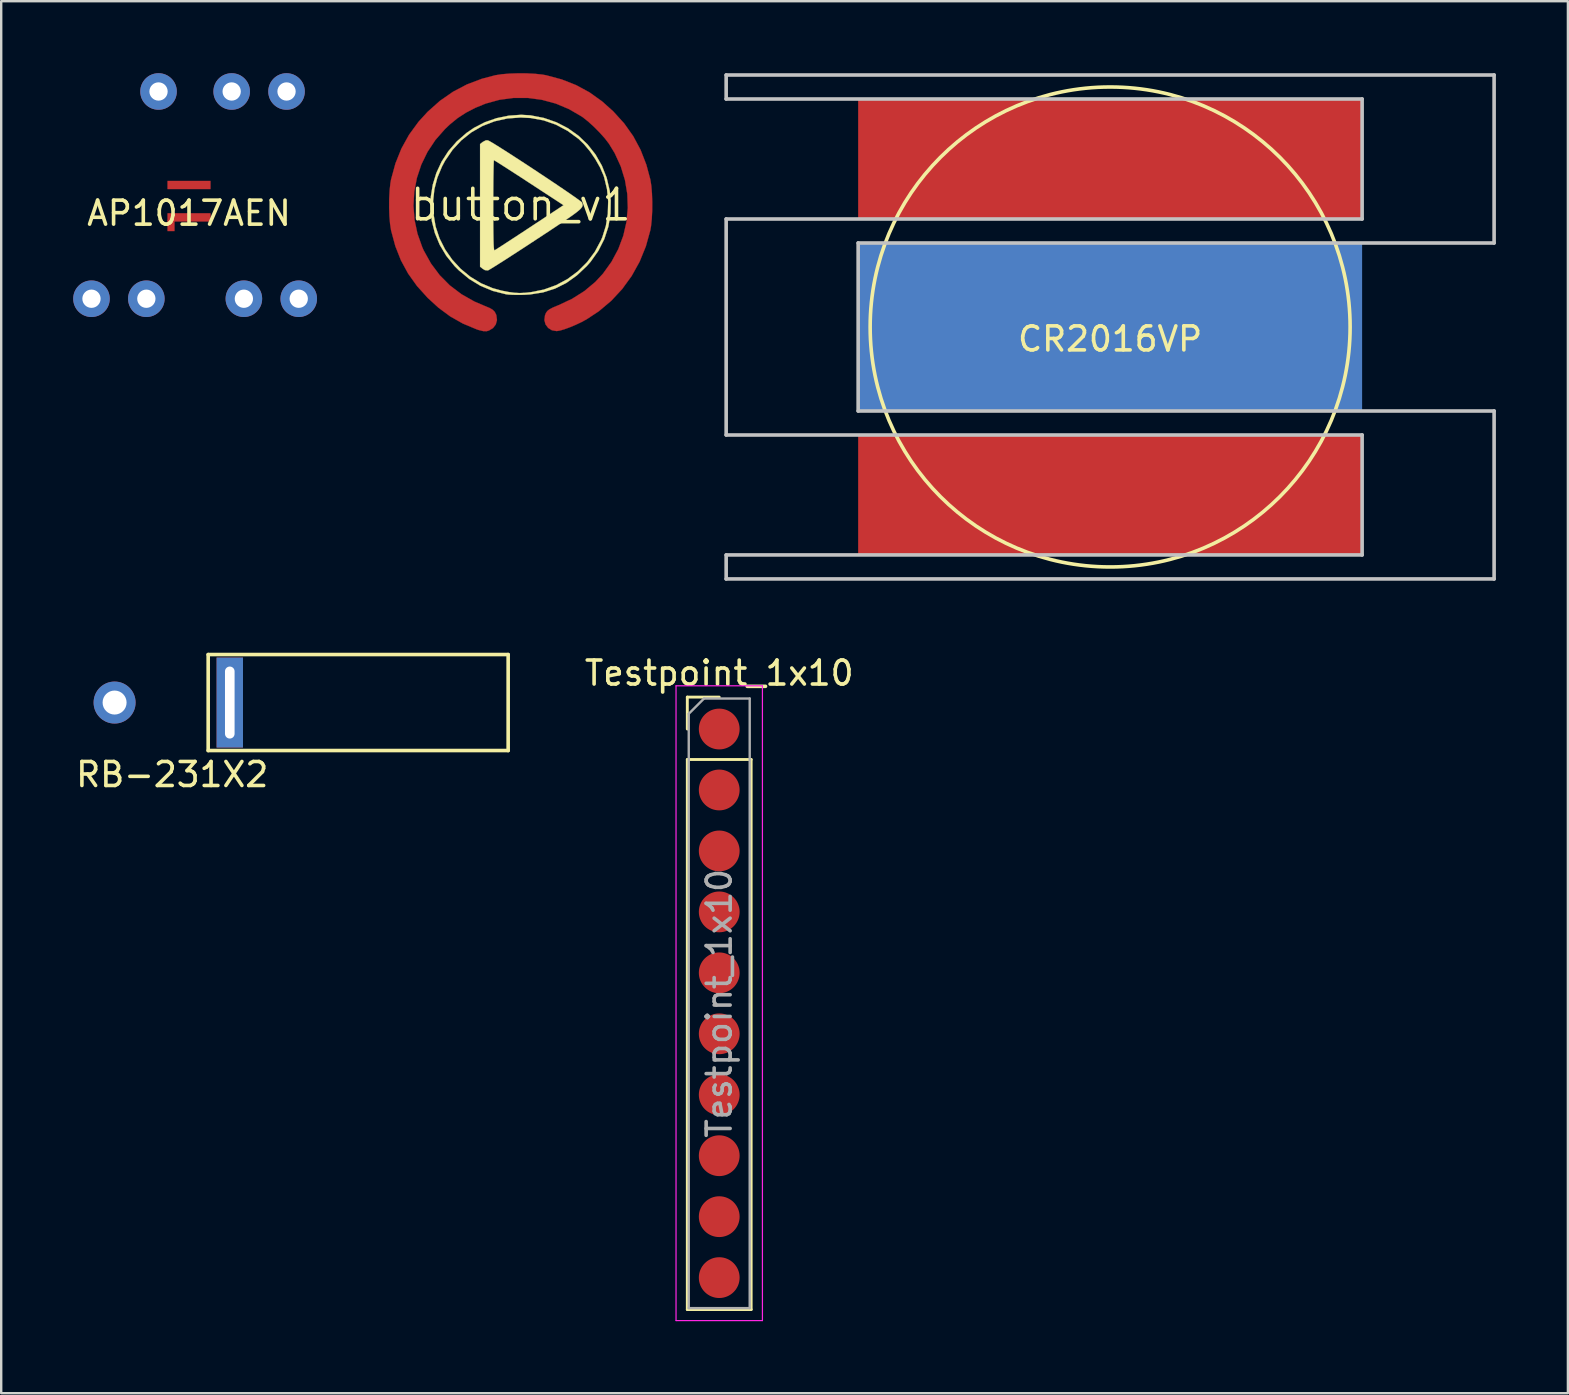
<source format=kicad_pcb>
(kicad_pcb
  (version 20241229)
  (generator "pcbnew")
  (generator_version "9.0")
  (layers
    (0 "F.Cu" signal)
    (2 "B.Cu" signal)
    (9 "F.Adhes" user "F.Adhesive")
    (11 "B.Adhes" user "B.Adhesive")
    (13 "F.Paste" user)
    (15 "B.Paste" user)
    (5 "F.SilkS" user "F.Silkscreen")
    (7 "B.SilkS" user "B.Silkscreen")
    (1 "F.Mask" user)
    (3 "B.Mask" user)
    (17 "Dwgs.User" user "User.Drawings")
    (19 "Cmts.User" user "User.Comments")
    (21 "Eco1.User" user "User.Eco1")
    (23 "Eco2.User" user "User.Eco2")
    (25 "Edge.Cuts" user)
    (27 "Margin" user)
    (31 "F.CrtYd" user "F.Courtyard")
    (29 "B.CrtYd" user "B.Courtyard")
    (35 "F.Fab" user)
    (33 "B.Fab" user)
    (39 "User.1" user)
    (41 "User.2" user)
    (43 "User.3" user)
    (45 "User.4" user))
  (footprint "button_v1"
    (layer "F.Cu")
    (at 18.647 5.487)
    (property "Reference" "button_v1" (at 0 0 0) (layer "F.SilkS") (effects (font (size 1.27 1.27) (thickness 0.15))))
    (attr through_hole)
    (fp_poly (pts (xy 0.248 -5.48) (xy 0.594 -5.462) (xy 0.897 -5.43) (xy 1.057 -5.402) (xy 1.712 -5.226) (xy 2.312 -4.989) (xy 2.869 -4.687) (xy 3.392 -4.313) (xy 3.858 -3.895) (xy 4.311 -3.396) (xy 4.689 -2.864) (xy 4.996 -2.292) (xy 5.236 -1.674) (xy 5.404 -1.049) (xy 5.444 -0.791) (xy 5.47 -0.474) (xy 5.482 -0.124) (xy 5.48 0.236) (xy 5.463 0.579) (xy 5.432 0.882) (xy 5.402 1.057) (xy 5.215 1.73) (xy 4.956 2.365) (xy 4.627 2.958) (xy 4.232 3.503) (xy 3.775 3.995) (xy 3.258 4.431) (xy 2.749 4.767) (xy 2.536 4.883) (xy 2.299 4.995) (xy 2.059 5.096) (xy 1.833 5.179) (xy 1.642 5.236) (xy 1.504 5.259) (xy 1.498 5.259) (xy 1.302 5.226) (xy 1.144 5.127) (xy 1.035 4.981) (xy 0.987 4.801) (xy 1.012 4.605) (xy 1.013 4.604) (xy 1.054 4.5) (xy 1.113 4.42) (xy 1.203 4.349) (xy 1.34 4.278) (xy 1.54 4.194) (xy 1.572 4.181) (xy 2.14 3.916) (xy 2.654 3.591) (xy 3.109 3.211) (xy 3.427 2.868) (xy 3.785 2.37) (xy 4.068 1.84) (xy 4.276 1.284) (xy 4.408 0.712) (xy 4.463 0.129) (xy 4.442 -0.456) (xy 4.344 -1.037) (xy 4.169 -1.606) (xy 3.917 -2.156) (xy 3.68 -2.545) (xy 3.513 -2.764) (xy 3.297 -3.007) (xy 3.056 -3.251) (xy 2.811 -3.473) (xy 2.586 -3.652) (xy 2.545 -3.68) (xy 2.016 -3.989) (xy 1.46 -4.222) (xy 0.883 -4.378) (xy 0.296 -4.457) (xy -0.296 -4.457) (xy -0.884 -4.379) (xy -1.46 -4.221) (xy -1.889 -4.045) (xy -2.286 -3.839) (xy -2.631 -3.614) (xy -2.956 -3.348) (xy -3.158 -3.156) (xy -3.557 -2.701) (xy -3.885 -2.205) (xy -4.142 -1.676) (xy -4.326 -1.121) (xy -4.435 -0.548) (xy -4.468 0.035) (xy -4.424 0.621) (xy -4.301 1.202) (xy -4.099 1.77) (xy -4.041 1.899) (xy -3.739 2.442) (xy -3.376 2.928) (xy -2.953 3.355) (xy -2.469 3.722) (xy -1.928 4.028) (xy -1.495 4.213) (xy -1.3 4.294) (xy -1.169 4.369) (xy -1.084 4.453) (xy -1.028 4.56) (xy -1.013 4.604) (xy -0.988 4.8) (xy -1.038 4.982) (xy -1.152 5.133) (xy -1.322 5.236) (xy -1.418 5.264) (xy -1.558 5.261) (xy -1.759 5.212) (xy -1.841 5.184) (xy -2.409 4.946) (xy -2.933 4.65) (xy -3.427 4.285) (xy -3.874 3.876) (xy -4.321 3.381) (xy -4.69 2.864) (xy -4.989 2.315) (xy -5.223 1.722) (xy -5.398 1.074) (xy -5.402 1.057) (xy -5.443 0.793) (xy -5.47 0.471) (xy -5.482 0.116) (xy -5.48 -0.248) (xy -5.462 -0.594) (xy -5.43 -0.897) (xy -5.402 -1.057) (xy -5.219 -1.728) (xy -4.969 -2.35) (xy -4.65 -2.925) (xy -4.259 -3.461) (xy -3.879 -3.877) (xy -3.368 -4.333) (xy -2.823 -4.712) (xy -2.239 -5.02) (xy -1.61 -5.257) (xy -1.057 -5.402) (xy -0.793 -5.443) (xy -0.471 -5.47) (xy -0.116 -5.482) (xy 0.248 -5.48)) (stroke (width 0.01) (type solid)) (fill yes) (layer "F.Cu"))
    (fp_poly (pts (xy -1.307 -2.66) (xy -1.183 -2.589) (xy -1.007 -2.481) (xy -0.786 -2.342) (xy -0.528 -2.178) (xy -0.242 -1.993) (xy 0.066 -1.793) (xy 0.387 -1.583) (xy 0.712 -1.368) (xy 1.034 -1.154) (xy 1.346 -0.946) (xy 1.638 -0.749) (xy 1.904 -0.569) (xy 2.134 -0.41) (xy 2.321 -0.279) (xy 2.458 -0.179) (xy 2.535 -0.118) (xy 2.55 -0.102) (xy 2.57 -0.053) (xy 2.581 -0.007) (xy 2.577 0.04) (xy 2.554 0.092) (xy 2.505 0.154) (xy 2.426 0.229) (xy 2.312 0.321) (xy 2.157 0.435) (xy 1.956 0.575) (xy 1.706 0.745) (xy 1.399 0.95) (xy 1.031 1.193) (xy 0.634 1.454) (xy 0.271 1.692) (xy -0.073 1.916) (xy -0.391 2.122) (xy -0.676 2.306) (xy -0.922 2.462) (xy -1.12 2.587) (xy -1.266 2.676) (xy -1.351 2.725) (xy -1.368 2.732) (xy -1.488 2.72) (xy -1.579 2.666) (xy -1.693 2.576) (xy -1.693 0.026) (xy -1.143 0.026) (xy -1.143 0.491) (xy -1.141 0.878) (xy -1.138 1.192) (xy -1.134 1.44) (xy -1.129 1.627) (xy -1.122 1.76) (xy -1.112 1.845) (xy -1.101 1.887) (xy -1.09 1.894) (xy -1.044 1.867) (xy -0.935 1.798) (xy -0.772 1.693) (xy -0.561 1.556) (xy -0.311 1.393) (xy -0.03 1.209) (xy 0.274 1.009) (xy 0.374 0.943) (xy 1.785 0.013) (xy 0.349 -0.925) (xy 0.037 -1.129) (xy -0.253 -1.317) (xy -0.514 -1.485) (xy -0.737 -1.628) (xy -0.916 -1.742) (xy -1.042 -1.82) (xy -1.107 -1.859) (xy -1.115 -1.863) (xy -1.121 -1.822) (xy -1.126 -1.705) (xy -1.131 -1.52) (xy -1.135 -1.276) (xy -1.139 -0.981) (xy -1.141 -0.644) (xy -1.143 -0.273) (xy -1.143 0.026) (xy -1.693 0.026) (xy -1.693 -2.534) (xy -1.579 -2.624) (xy -1.451 -2.69) (xy -1.369 -2.69) (xy -1.307 -2.66)) (stroke (width 0.01) (type solid)) (fill yes) (layer "F.SilkS"))
    (fp_poly (pts (xy 0.408 -3.731) (xy 0.968 -3.622) (xy 1.49 -3.441) (xy 1.972 -3.192) (xy 2.408 -2.881) (xy 2.792 -2.514) (xy 3.119 -2.097) (xy 3.384 -1.633) (xy 3.583 -1.13) (xy 3.71 -0.592) (xy 3.753 -0.191) (xy 3.744 0.368) (xy 3.653 0.91) (xy 3.483 1.428) (xy 3.235 1.917) (xy 2.913 2.371) (xy 2.755 2.55) (xy 2.338 2.942) (xy 1.899 3.255) (xy 1.43 3.489) (xy 0.929 3.648) (xy 0.388 3.733) (xy 0.127 3.748) (xy -0.099 3.751) (xy -0.314 3.748) (xy -0.494 3.739) (xy -0.607 3.726) (xy -1.161 3.586) (xy -1.672 3.375) (xy -2.143 3.089) (xy -2.579 2.727) (xy -2.755 2.55) (xy -3.102 2.121) (xy -3.375 1.662) (xy -3.575 1.178) (xy -3.703 0.679) (xy -3.76 0.171) (xy -3.751 -0.16) (xy -3.648 -0.16) (xy -3.633 0.373) (xy -3.631 0.388) (xy -3.545 0.902) (xy -3.382 1.394) (xy -3.149 1.857) (xy -2.852 2.284) (xy -2.499 2.666) (xy -2.097 2.996) (xy -1.651 3.267) (xy -1.17 3.47) (xy -0.796 3.573) (xy -0.503 3.63) (xy -0.26 3.663) (xy -0.037 3.674) (xy 0.197 3.663) (xy 0.424 3.638) (xy 0.966 3.529) (xy 1.478 3.344) (xy 1.954 3.088) (xy 2.386 2.767) (xy 2.767 2.386) (xy 3.091 1.951) (xy 3.351 1.466) (xy 3.404 1.339) (xy 3.549 0.871) (xy 3.63 0.369) (xy 3.645 -0.148) (xy 3.596 -0.658) (xy 3.48 -1.14) (xy 3.451 -1.227) (xy 3.307 -1.559) (xy 3.111 -1.904) (xy 2.882 -2.238) (xy 2.634 -2.534) (xy 2.415 -2.746) (xy 1.953 -3.085) (xy 1.467 -3.343) (xy 0.956 -3.521) (xy 0.418 -3.619) (xy 0 -3.641) (xy -0.559 -3.6) (xy -1.092 -3.481) (xy -1.592 -3.288) (xy -2.054 -3.023) (xy -2.471 -2.691) (xy -2.839 -2.294) (xy -3.151 -1.838) (xy -3.279 -1.598) (xy -3.474 -1.128) (xy -3.596 -0.655) (xy -3.648 -0.16) (xy -3.751 -0.16) (xy -3.746 -0.339) (xy -3.664 -0.842) (xy -3.514 -1.331) (xy -3.297 -1.799) (xy -3.015 -2.238) (xy -2.667 -2.64) (xy -2.256 -2.999) (xy -1.947 -3.21) (xy -1.497 -3.442) (xy -1.006 -3.613) (xy -0.495 -3.718) (xy 0.018 -3.754) (xy 0.408 -3.731)) (stroke (width 0.01) (type solid)) (fill yes) (layer "F.SilkS")))
  (footprint "CR2016VP"
    (layer "F.Cu")
    (at 43.209 10.575)
    (property "Reference" "CR2016VP" (at 0 0.5 0) (layer "F.SilkS") (effects (font (size 1 1) (thickness 0.15))))
    (attr through_hole)
    (fp_circle (center 0 0) (end 10 0) (stroke (width 0.15) (type solid)) (fill no) (layer "F.SilkS"))
    (fp_line (start -16 -10.5) (end 16 -10.5) (stroke (width 0.15) (type solid)) (layer "Dwgs.User"))
    (fp_line (start -16 -9.5) (end -16 -10.5) (stroke (width 0.15) (type solid)) (layer "Dwgs.User"))
    (fp_line (start -16 -4.5) (end 10.5 -4.5) (stroke (width 0.15) (type solid)) (layer "Dwgs.User"))
    (fp_line (start -16 4.5) (end -16 -4.5) (stroke (width 0.15) (type solid)) (layer "Dwgs.User"))
    (fp_line (start -16 9.5) (end -16 10.5) (stroke (width 0.15) (type solid)) (layer "Dwgs.User"))
    (fp_line (start -16 9.5) (end 10.5 9.5) (stroke (width 0.15) (type solid)) (layer "Dwgs.User"))
    (fp_line (start -16 10.5) (end 16 10.5) (stroke (width 0.15) (type solid)) (layer "Dwgs.User"))
    (fp_line (start -10.5 -3.5) (end 16 -3.5) (stroke (width 0.15) (type solid)) (layer "Dwgs.User"))
    (fp_line (start -10.5 3.5) (end -10.5 -3.5) (stroke (width 0.15) (type solid)) (layer "Dwgs.User"))
    (fp_line (start 10.5 -9.5) (end -16 -9.5) (stroke (width 0.15) (type solid)) (layer "Dwgs.User"))
    (fp_line (start 10.5 -4.5) (end 10.5 -9.5) (stroke (width 0.15) (type solid)) (layer "Dwgs.User"))
    (fp_line (start 10.5 4.5) (end -16 4.5) (stroke (width 0.15) (type solid)) (layer "Dwgs.User"))
    (fp_line (start 10.5 9.5) (end 10.5 4.5) (stroke (width 0.15) (type solid)) (layer "Dwgs.User"))
    (fp_line (start 16 -10.5) (end 16 -3.5) (stroke (width 0.15) (type solid)) (layer "Dwgs.User"))
    (fp_line (start 16 3.5) (end -10.5 3.5) (stroke (width 0.15) (type solid)) (layer "Dwgs.User"))
    (fp_line (start 16 10.5) (end 16 3.5) (stroke (width 0.15) (type solid)) (layer "Dwgs.User"))
    (pad "1" smd rect (at 0 -7) (size 21 5) (layers "F.Cu" "F.Mask"))
    (pad "1" smd rect (at 0 7) (size 21 5) (layers "F.Cu" "F.Mask"))
    (pad "2" smd rect (at 0 0) (size 21 7) (layers "B.Cu" "B.Mask")))
  (footprint "AP1017AEN"
    (layer "F.Cu")
    (at 4.826 5.334)
    (property "Reference" "AP1017AEN" (at 0 0.5 0) (layer "F.SilkS") (effects (font (size 1 1) (thickness 0.15))))
    (attr through_hole)
    (pad "1" smd rect (at -0.75 1.025) (size 0.3 0.45) (layers "F.Cu" "F.Mask" "F.Paste"))
    (pad "2" thru_hole circle (at -1.27 -4.572) (size 1.524 1.524) (drill 0.762) (layers "*.Cu" "*.Mask"))
    (pad "3" thru_hole circle (at 1.778 -4.572) (size 1.524 1.524) (drill 0.762) (layers "*.Cu" "*.Mask"))
    (pad "4" thru_hole circle (at 4.064 -4.572) (size 1.524 1.524) (drill 0.762) (layers "*.Cu" "*.Mask"))
    (pad "5" thru_hole circle (at 4.572 4.064) (size 1.524 1.524) (drill 0.762) (layers "*.Cu" "*.Mask"))
    (pad "6" thru_hole circle (at 2.286 4.064) (size 1.524 1.524) (drill 0.762) (layers "*.Cu" "*.Mask"))
    (pad "7" thru_hole circle (at -1.778 4.064) (size 1.524 1.524) (drill 0.762) (layers "*.Cu" "*.Mask"))
    (pad "8" thru_hole circle (at -4.064 4.064) (size 1.524 1.524) (drill 0.762) (layers "*.Cu" "*.Mask"))
    (pad "9" smd rect (at 0 0.675) (size 1.8 0.35) (layers "F.Cu" "F.Mask" "F.Paste"))
    (pad "10" smd rect (at 0 -0.675) (size 1.8 0.35) (layers "F.Cu" "F.Mask" "F.Paste")))
  (footprint "RB-231X2"
    (layer "F.Cu")
    (at 4.125 26.225)
    (property "Reference" "RB-231X2" (at 0 3 0) (layer "F.SilkS") (effects (font (size 1 1) (thickness 0.15))))
    (attr through_hole)
    (fp_line (start 1.5 -2) (end 1.5 2) (stroke (width 0.15) (type solid)) (layer "F.SilkS"))
    (fp_line (start 1.5 -2) (end 14 -2) (stroke (width 0.15) (type solid)) (layer "F.SilkS"))
    (fp_line (start 1.5 2) (end 14 2) (stroke (width 0.15) (type solid)) (layer "F.SilkS"))
    (fp_line (start 14 -2) (end 14 2) (stroke (width 0.15) (type solid)) (layer "F.SilkS"))
    (pad "1" thru_hole circle (at -2.4 0) (size 1.75 1.75) (drill 1) (layers "*.Cu" "*.Mask"))
    (pad "2" thru_hole rect (at 2.4 0) (size 1.1 3.75) (drill oval 0.4 3) (layers "*.Cu" "*.Mask")))
  (footprint "Testpoint_1x10"
    (layer "F.Cu")
    (at 26.92 27.328)
    (property "Reference" "Testpoint_1x10" (at 0 -2.33 0) (layer "F.SilkS") (effects (font (size 1 1) (thickness 0.15))))
    (attr through_hole)
    (fp_line (start -1.33 -1.33) (end 0 -1.33) (stroke (width 0.12) (type solid)) (layer "F.SilkS"))
    (fp_line (start -1.33 0) (end -1.33 -1.33) (stroke (width 0.12) (type solid)) (layer "F.SilkS"))
    (fp_line (start -1.33 1.27) (end -1.33 24.19) (stroke (width 0.12) (type solid)) (layer "F.SilkS"))
    (fp_line (start -1.33 1.27) (end 1.33 1.27) (stroke (width 0.12) (type solid)) (layer "F.SilkS"))
    (fp_line (start -1.33 24.19) (end 1.33 24.19) (stroke (width 0.12) (type solid)) (layer "F.SilkS"))
    (fp_line (start 1.33 1.27) (end 1.33 24.19) (stroke (width 0.12) (type solid)) (layer "F.SilkS"))
    (fp_line (start -1.8 -1.8) (end -1.8 24.65) (stroke (width 0.05) (type solid)) (layer "F.CrtYd"))
    (fp_line (start -1.8 24.65) (end 1.8 24.65) (stroke (width 0.05) (type solid)) (layer "F.CrtYd"))
    (fp_line (start 1.8 -1.8) (end -1.8 -1.8) (stroke (width 0.05) (type solid)) (layer "F.CrtYd"))
    (fp_line (start 1.8 24.65) (end 1.8 -1.8) (stroke (width 0.05) (type solid)) (layer "F.CrtYd"))
    (fp_line (start -1.27 -0.635) (end -0.635 -1.27) (stroke (width 0.1) (type solid)) (layer "F.Fab"))
    (fp_line (start -1.27 24.13) (end -1.27 -0.635) (stroke (width 0.1) (type solid)) (layer "F.Fab"))
    (fp_line (start -0.635 -1.27) (end 1.27 -1.27) (stroke (width 0.1) (type solid)) (layer "F.Fab"))
    (fp_line (start 1.27 -1.27) (end 1.27 24.13) (stroke (width 0.1) (type solid)) (layer "F.Fab"))
    (fp_line (start 1.27 24.13) (end -1.27 24.13) (stroke (width 0.1) (type solid)) (layer "F.Fab"))
    (fp_text user "${REFERENCE}" (at 0 11.43 90) (layer "F.Fab") (effects (font (size 1 1) (thickness 0.15))))
    (pad "1" smd circle (at 0 0) (size 1.7 1.7) (layers "F.Cu" "F.Mask" "F.Paste"))
    (pad "2" smd oval (at 0 2.54) (size 1.7 1.7) (layers "F.Cu" "F.Mask" "F.Paste"))
    (pad "3" smd oval (at 0 5.08) (size 1.7 1.7) (layers "F.Cu" "F.Mask" "F.Paste"))
    (pad "4" smd oval (at 0 7.62) (size 1.7 1.7) (layers "F.Cu" "F.Mask" "F.Paste"))
    (pad "5" smd oval (at 0 10.16) (size 1.7 1.7) (layers "F.Cu" "F.Mask" "F.Paste"))
    (pad "6" smd oval (at 0 12.7) (size 1.7 1.7) (layers "F.Cu" "F.Mask" "F.Paste"))
    (pad "7" smd oval (at 0 15.24) (size 1.7 1.7) (layers "F.Cu" "F.Mask" "F.Paste"))
    (pad "8" smd oval (at 0 17.78) (size 1.7 1.7) (layers "F.Cu" "F.Mask" "F.Paste"))
    (pad "9" smd oval (at 0 20.32) (size 1.7 1.7) (layers "F.Cu" "F.Mask" "F.Paste"))
    (pad "10" smd oval (at 0 22.86) (size 1.7 1.7) (layers "F.Cu" "F.Mask" "F.Paste")))
  (gr_rect
    (start -3 -3)
    (end 62.284 55.003)
    (stroke (width 0.1) (type default))
    (fill no)
    (layer "Edge.Cuts")))
</source>
